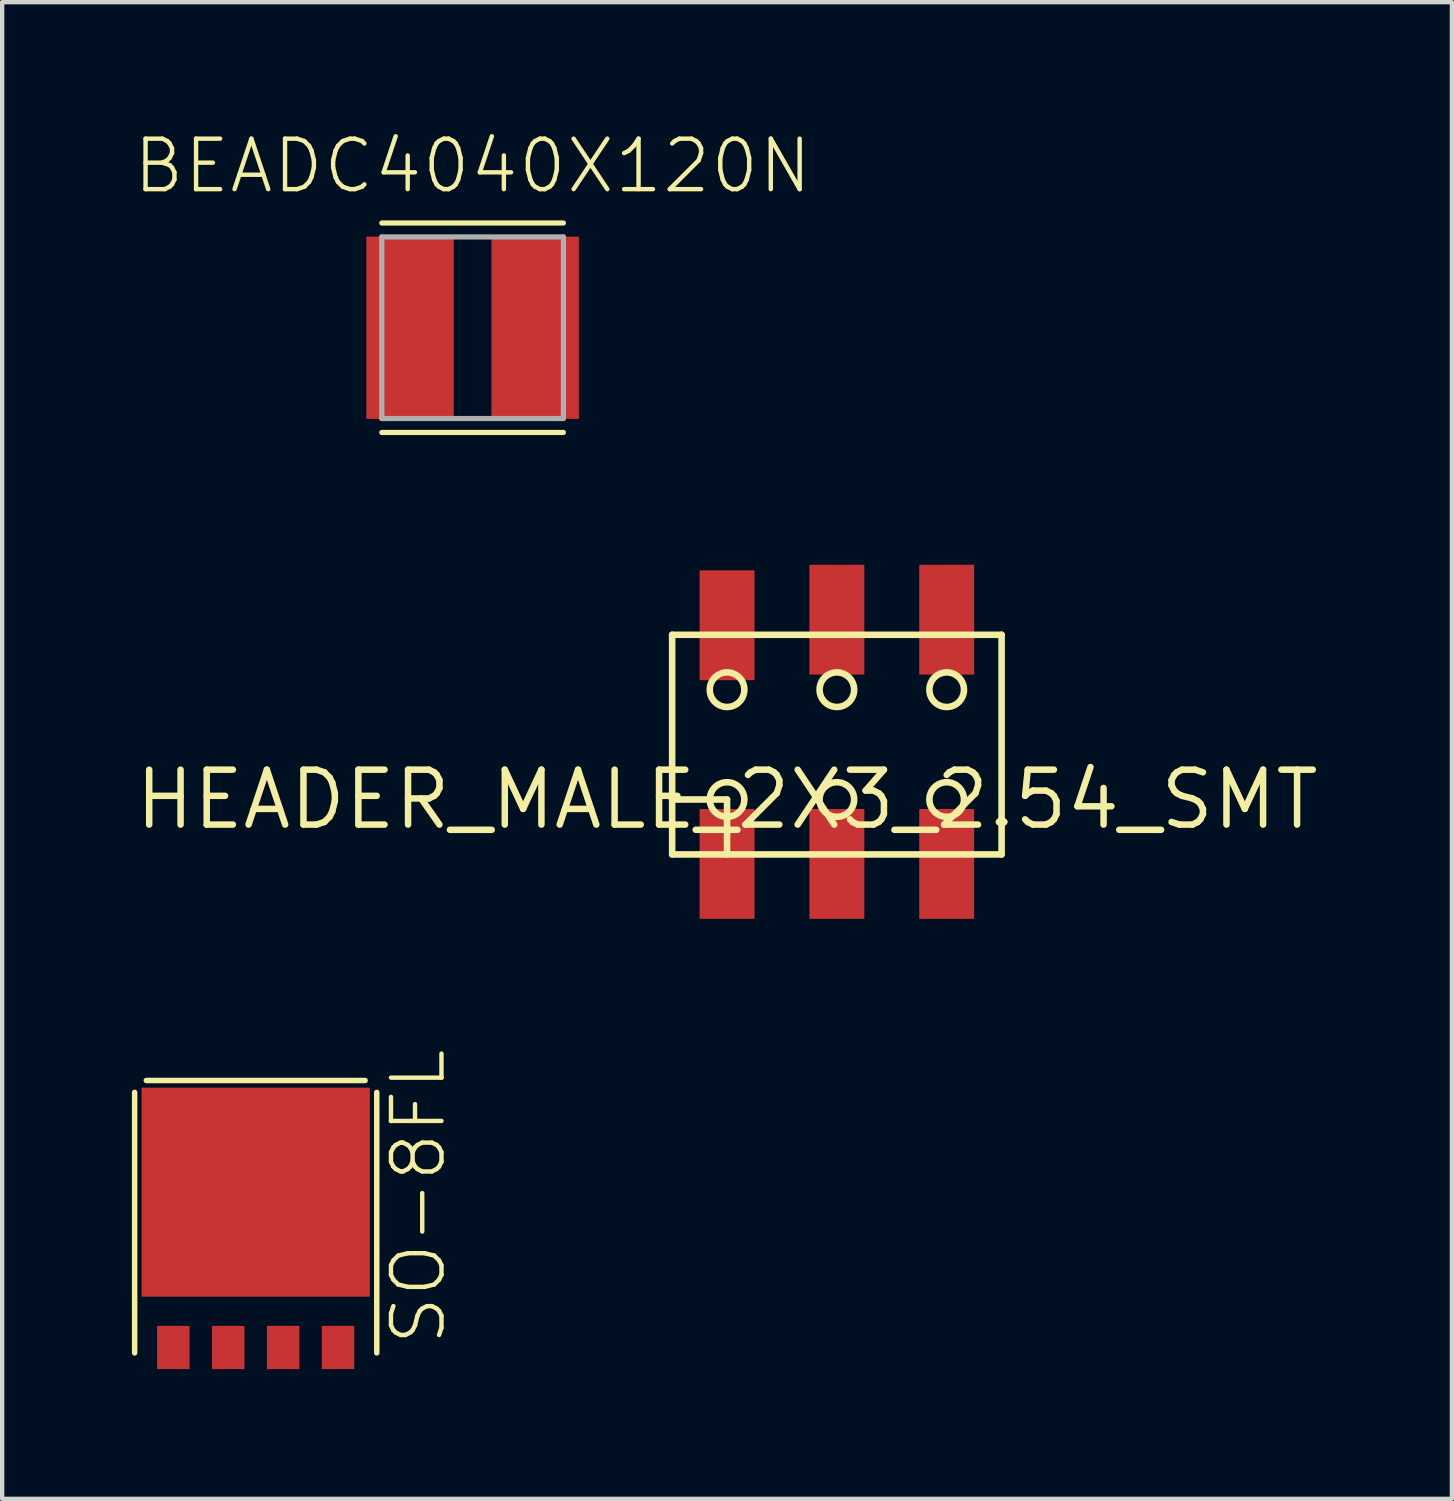
<source format=kicad_pcb>
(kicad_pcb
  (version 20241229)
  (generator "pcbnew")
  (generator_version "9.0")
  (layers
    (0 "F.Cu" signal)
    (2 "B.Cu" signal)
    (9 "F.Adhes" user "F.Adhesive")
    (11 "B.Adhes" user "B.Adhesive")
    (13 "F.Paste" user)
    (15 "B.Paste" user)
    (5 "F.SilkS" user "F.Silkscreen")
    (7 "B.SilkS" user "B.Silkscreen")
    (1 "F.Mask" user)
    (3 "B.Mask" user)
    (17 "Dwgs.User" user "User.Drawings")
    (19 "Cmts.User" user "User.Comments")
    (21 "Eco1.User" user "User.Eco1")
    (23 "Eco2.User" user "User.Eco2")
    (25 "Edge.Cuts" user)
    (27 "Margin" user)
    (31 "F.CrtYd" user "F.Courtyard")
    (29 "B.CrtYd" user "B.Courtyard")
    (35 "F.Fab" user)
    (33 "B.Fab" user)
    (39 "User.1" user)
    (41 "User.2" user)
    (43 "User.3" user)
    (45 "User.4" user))
  (footprint "SO-8FL"
    (layer "F.Cu")
    (at 2.864 24.941)
    (property "Reference" "SO-8FL" (at 4.445 3.175 90) (layer "F.SilkS") (effects (font (size 1.168 1.168) (thickness 0.102)) (justify left bottom)))
    (fp_line (start -2.8 3.3) (end -2.8 -2.725) (stroke (width 0.127) (type solid)) (layer "F.SilkS"))
    (fp_line (start -2.53 -3) (end 2.53 -3) (stroke (width 0.127) (type solid)) (layer "F.SilkS"))
    (fp_line (start 2.8 -2.725) (end 2.8 3.3) (stroke (width 0.127) (type solid)) (layer "F.SilkS"))
    (pad "P$1" smd rect (at -1.905 3.175) (size 0.75 1) (layers "F.Cu" "F.Mask" "F.Paste"))
    (pad "P$2" smd rect (at -0.635 3.175) (size 0.75 1) (layers "F.Cu" "F.Mask" "F.Paste"))
    (pad "P$3" smd rect (at 0.635 3.175) (size 0.75 1) (layers "F.Cu" "F.Mask" "F.Paste"))
    (pad "P$4" smd rect (at 1.905 3.175) (size 0.75 1) (layers "F.Cu" "F.Mask" "F.Paste"))
    (pad "P$5" smd rect (at 0 -0.417 90) (size 4.834 5.279) (layers "F.Cu" "F.Mask" "F.Paste")))
  (footprint "BEADC4040X120N"
    (layer "F.Cu")
    (at 7.881 4.53)
    (property "Reference" "BEADC4040X120N" (at 0 -3.057 0) (layer "F.SilkS") (effects (font (size 1.168 1.168) (thickness 0.102)) (justify bottom)))
    (fp_line (start 2.1 -2.422) (end -2.1 -2.422) (stroke (width 0.12) (type solid)) (layer "F.SilkS"))
    (fp_line (start 2.1 2.422) (end -2.1 2.422) (stroke (width 0.12) (type solid)) (layer "F.SilkS"))
    (fp_line (start -2.1 -2.1) (end 2.1 -2.1) (stroke (width 0.12) (type solid)) (layer "F.Fab"))
    (fp_line (start -2.1 2.1) (end -2.1 -2.1) (stroke (width 0.12) (type solid)) (layer "F.Fab"))
    (fp_line (start 2.1 -2.1) (end 2.1 2.1) (stroke (width 0.12) (type solid)) (layer "F.Fab"))
    (fp_line (start 2.1 2.1) (end -2.1 2.1) (stroke (width 0.12) (type solid)) (layer "F.Fab"))
    (pad "1" smd rect (at -1.447 0) (size 2.021 4.215) (layers "F.Cu" "F.Mask" "F.Paste"))
    (pad "2" smd rect (at 1.447 0) (size 2.021 4.215) (layers "F.Cu" "F.Mask" "F.Paste")))
  (footprint "HEADER_MALE_2X3_2.54_SMT"
    (layer "F.Cu")
    (at 13.766 15.442)
    (property "Reference" "HEADER_MALE_2X3_2.54_SMT" (at 0 0 0) (layer "F.SilkS") (effects (font (size 1.27 1.27) (thickness 0.15))))
    (fp_line (start -1.27 -3.81) (end 6.35 -3.81) (stroke (width 0.152) (type solid)) (layer "F.SilkS"))
    (fp_line (start -1.27 0) (end -1.27 -3.81) (stroke (width 0.152) (type solid)) (layer "F.SilkS"))
    (fp_line (start -1.27 0) (end 0 0) (stroke (width 0.152) (type solid)) (layer "F.SilkS"))
    (fp_line (start -1.27 1.27) (end -1.27 0) (stroke (width 0.152) (type solid)) (layer "F.SilkS"))
    (fp_line (start 0 0) (end 0 1.27) (stroke (width 0.152) (type solid)) (layer "F.SilkS"))
    (fp_line (start 0 1.27) (end -1.27 1.27) (stroke (width 0.152) (type solid)) (layer "F.SilkS"))
    (fp_line (start 6.35 -3.81) (end 6.35 1.27) (stroke (width 0.152) (type solid)) (layer "F.SilkS"))
    (fp_line (start 6.35 1.27) (end 0 1.27) (stroke (width 0.152) (type solid)) (layer "F.SilkS"))
    (fp_circle (center 0 -2.54) (end 0.4 -2.54) (stroke (width 0.152) (type solid)) (fill no) (layer "F.SilkS"))
    (fp_circle (center 0 0) (end 0.4 0) (stroke (width 0.152) (type solid)) (fill no) (layer "F.SilkS"))
    (fp_circle (center 2.54 -2.54) (end 2.94 -2.54) (stroke (width 0.152) (type solid)) (fill no) (layer "F.SilkS"))
    (fp_circle (center 2.54 0) (end 2.94 0) (stroke (width 0.152) (type solid)) (fill no) (layer "F.SilkS"))
    (fp_circle (center 5.08 -2.54) (end 5.48 -2.54) (stroke (width 0.152) (type solid)) (fill no) (layer "F.SilkS"))
    (fp_circle (center 5.08 0) (end 5.48 0) (stroke (width 0.152) (type solid)) (fill no) (layer "F.SilkS"))
    (pad "P$1" smd rect (at 0 1.49 90) (size 2.54 1.27) (layers "F.Cu" "F.Mask" "F.Paste"))
    (pad "P$2" smd rect (at 0 -4.03 90) (size 2.54 1.27) (layers "F.Cu" "F.Mask" "F.Paste"))
    (pad "P$3" smd rect (at 2.54 1.49 90) (size 2.54 1.27) (layers "F.Cu" "F.Mask" "F.Paste"))
    (pad "P$4" smd rect (at 2.54 -4.16 90) (size 2.54 1.27) (layers "F.Cu" "F.Mask" "F.Paste"))
    (pad "P$5" smd rect (at 5.08 1.49 90) (size 2.54 1.27) (layers "F.Cu" "F.Mask" "F.Paste"))
    (pad "P$6" smd rect (at 5.08 -4.16 90) (size 2.54 1.27) (layers "F.Cu" "F.Mask" "F.Paste")))
  (gr_rect
    (start -3 -3)
    (end 30.531 31.616)
    (stroke (width 0.1) (type default))
    (fill no)
    (layer "Edge.Cuts")))
</source>
